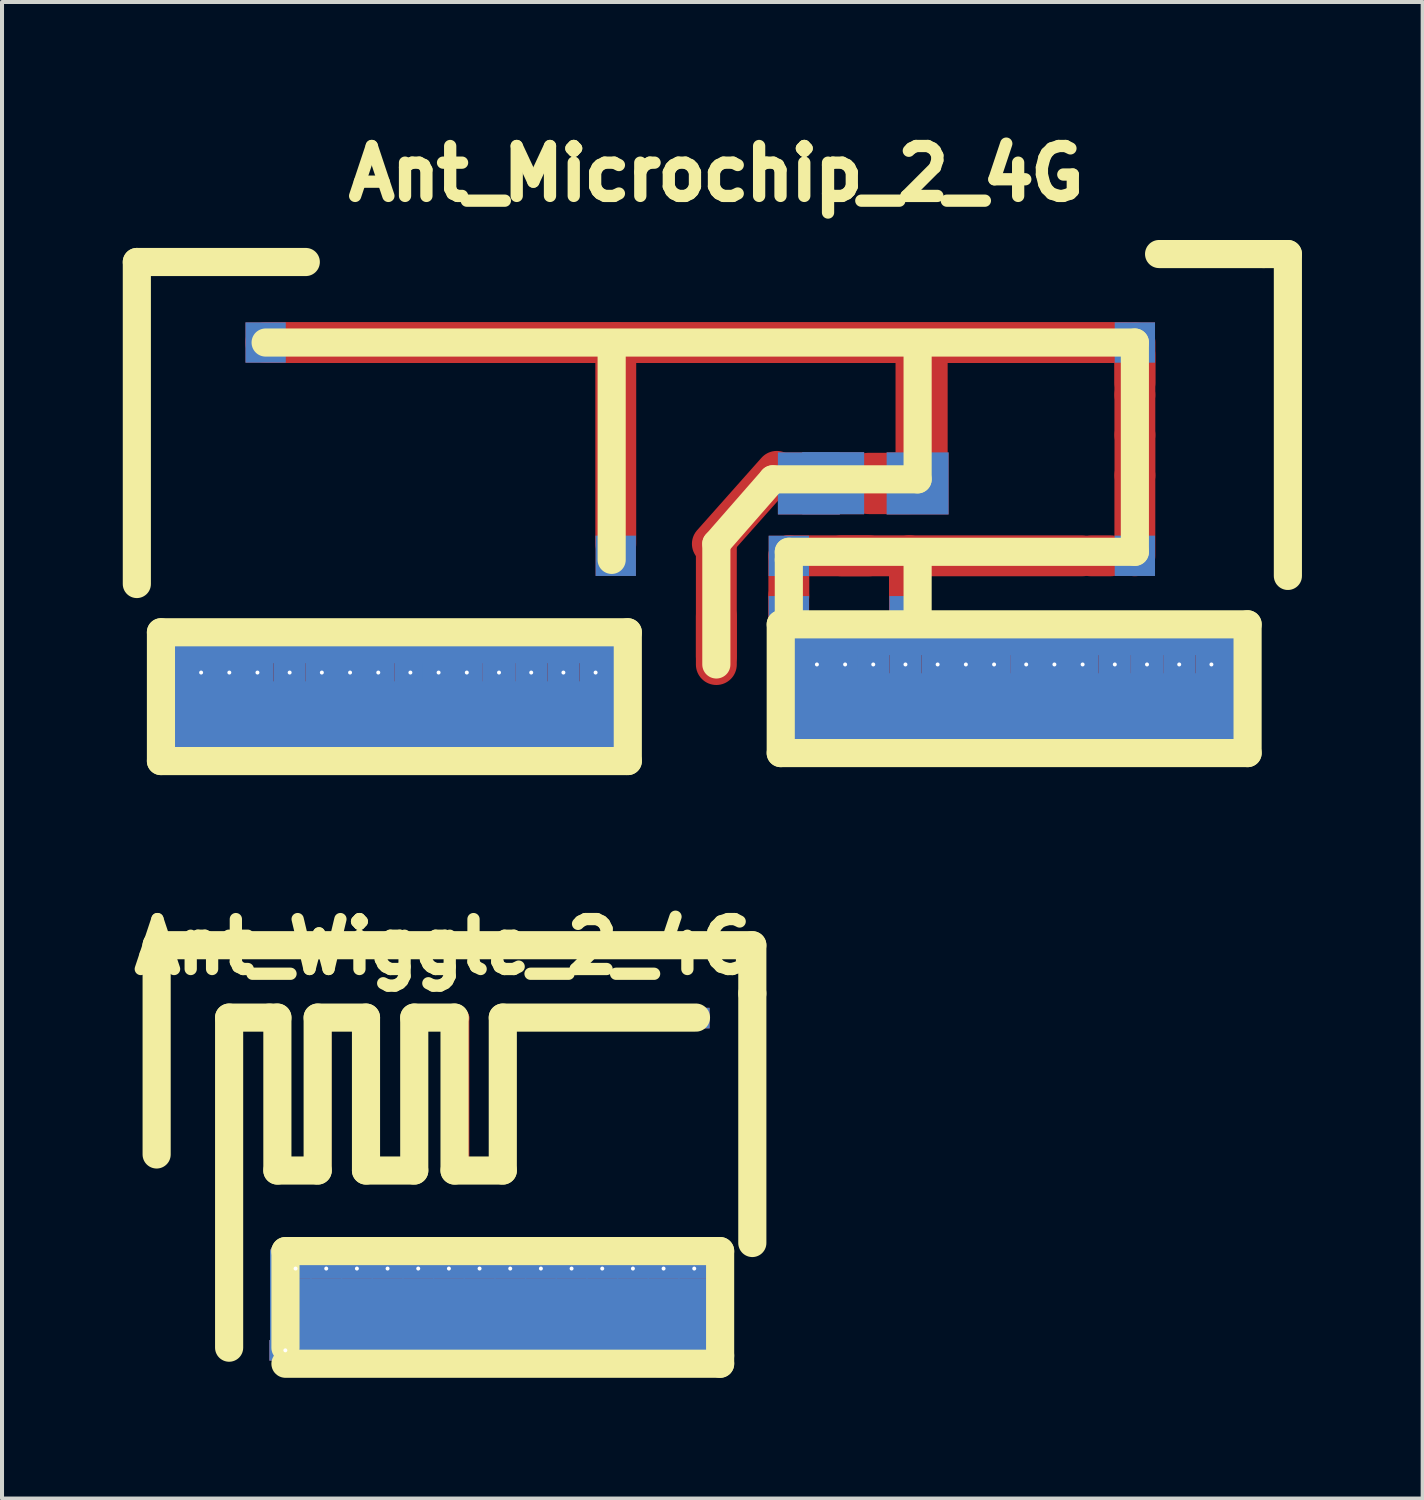
<source format=kicad_pcb>
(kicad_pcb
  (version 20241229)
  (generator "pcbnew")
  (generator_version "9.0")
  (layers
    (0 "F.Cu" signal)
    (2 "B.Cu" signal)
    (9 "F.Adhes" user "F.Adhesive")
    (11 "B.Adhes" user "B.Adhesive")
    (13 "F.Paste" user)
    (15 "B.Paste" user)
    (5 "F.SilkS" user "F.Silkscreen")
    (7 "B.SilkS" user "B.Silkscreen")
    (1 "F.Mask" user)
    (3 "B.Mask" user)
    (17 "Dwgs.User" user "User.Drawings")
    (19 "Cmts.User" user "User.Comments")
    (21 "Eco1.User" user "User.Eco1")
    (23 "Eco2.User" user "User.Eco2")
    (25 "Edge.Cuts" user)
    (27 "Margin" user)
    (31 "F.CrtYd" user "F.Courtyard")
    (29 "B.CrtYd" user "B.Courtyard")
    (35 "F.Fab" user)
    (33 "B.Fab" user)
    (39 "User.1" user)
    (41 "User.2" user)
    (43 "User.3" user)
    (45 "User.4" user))
  (footprint "Ant_Wiggle_2_4G"
    (layer "F.Cu")
    (at 2.643 27.835)
    (property "Reference" "Ant_Wiggle_2_4G" (at 5.334 -7.366 0) (layer "F.SilkS") (effects (font (size 1.24 1.24) (thickness 0.305))))
    (attr through_hole)
    (fp_line (start 0 -5.588) (end 0 -1.778) (stroke (width 0.508) (type solid)) (layer "F.Cu"))
    (fp_line (start 0 -5.588) (end 1.143 -5.588) (stroke (width 0.508) (type solid)) (layer "F.Cu"))
    (fp_line (start 0 -1.778) (end 0 0) (stroke (width 0.508) (type solid)) (layer "F.Cu"))
    (fp_line (start 0 0) (end 0 2.54) (stroke (width 0.508) (type solid)) (layer "F.Cu"))
    (fp_line (start 1.143 -5.588) (end 1.143 -1.778) (stroke (width 0.508) (type solid)) (layer "F.Cu"))
    (fp_line (start 1.143 -1.778) (end 2.286 -1.778) (stroke (width 0.508) (type solid)) (layer "F.Cu"))
    (fp_line (start 1.27 0.254) (end 1.27 2.54) (stroke (width 0.508) (type solid)) (layer "F.Cu"))
    (fp_line (start 1.27 0.254) (end 12.192 0.254) (stroke (width 0.508) (type solid)) (layer "F.Cu"))
    (fp_line (start 1.27 1.143) (end 12.192 1.143) (stroke (width 0.508) (type solid)) (layer "F.Cu"))
    (fp_line (start 1.27 1.524) (end 12.192 1.524) (stroke (width 0.508) (type solid)) (layer "F.Cu"))
    (fp_line (start 1.27 1.905) (end 12.192 1.905) (stroke (width 0.508) (type solid)) (layer "F.Cu"))
    (fp_line (start 1.27 2.286) (end 12.192 2.286) (stroke (width 0.508) (type solid)) (layer "F.Cu"))
    (fp_line (start 1.27 2.667) (end 12.192 2.667) (stroke (width 0.508) (type solid)) (layer "F.Cu"))
    (fp_line (start 2.286 -5.588) (end 3.429 -5.588) (stroke (width 0.508) (type solid)) (layer "F.Cu"))
    (fp_line (start 2.286 -1.778) (end 2.286 -5.588) (stroke (width 0.508) (type solid)) (layer "F.Cu"))
    (fp_line (start 3.429 -5.588) (end 3.429 -1.778) (stroke (width 0.508) (type solid)) (layer "F.Cu"))
    (fp_line (start 3.429 -1.778) (end 4.572 -1.778) (stroke (width 0.508) (type solid)) (layer "F.Cu"))
    (fp_line (start 4.572 -5.588) (end 5.715 -5.588) (stroke (width 0.508) (type solid)) (layer "F.Cu"))
    (fp_line (start 4.572 -1.778) (end 4.572 -5.588) (stroke (width 0.508) (type solid)) (layer "F.Cu"))
    (fp_line (start 5.715 -5.588) (end 5.715 -1.778) (stroke (width 0.508) (type solid)) (layer "F.Cu"))
    (fp_line (start 5.715 -1.778) (end 6.858 -1.778) (stroke (width 0.508) (type solid)) (layer "F.Cu"))
    (fp_line (start 6.858 -5.588) (end 11.684 -5.588) (stroke (width 0.508) (type solid)) (layer "F.Cu"))
    (fp_line (start 6.858 -1.778) (end 6.858 -5.588) (stroke (width 0.508) (type solid)) (layer "F.Cu"))
    (fp_line (start 12.192 0.254) (end 12.192 2.54) (stroke (width 0.508) (type solid)) (layer "F.Cu"))
    (fp_line (start 1.27 0.254) (end 12.192 0.254) (stroke (width 0.508) (type solid)) (layer "B.Cu"))
    (fp_line (start 1.27 1.143) (end 12.192 1.143) (stroke (width 0.508) (type solid)) (layer "B.Cu"))
    (fp_line (start 1.27 1.524) (end 12.192 1.524) (stroke (width 0.508) (type solid)) (layer "B.Cu"))
    (fp_line (start 1.27 1.905) (end 12.192 1.905) (stroke (width 0.508) (type solid)) (layer "B.Cu"))
    (fp_line (start 1.27 2.286) (end 12.192 2.286) (stroke (width 0.508) (type solid)) (layer "B.Cu"))
    (fp_line (start 1.27 2.667) (end 1.27 0.254) (stroke (width 0.508) (type solid)) (layer "B.Cu"))
    (fp_line (start 1.27 2.667) (end 12.192 2.667) (stroke (width 0.508) (type solid)) (layer "B.Cu"))
    (fp_line (start 12.192 2.667) (end 12.192 0.254) (stroke (width 0.508) (type solid)) (layer "B.Cu"))
    (fp_line (start -1.801 -7.399) (end -1.801 -2.2) (stroke (width 0.699) (type solid)) (layer "F.SilkS"))
    (fp_line (start 0 -5.601) (end 1.001 -5.601) (stroke (width 0.699) (type solid)) (layer "F.SilkS"))
    (fp_line (start 0 2.601) (end 0 -5.601) (stroke (width 0.699) (type solid)) (layer "F.SilkS"))
    (fp_line (start 1.001 -5.601) (end 1.199 -5.601) (stroke (width 0.699) (type solid)) (layer "F.SilkS"))
    (fp_line (start 1.199 -5.601) (end 1.199 -1.801) (stroke (width 0.699) (type solid)) (layer "F.SilkS"))
    (fp_line (start 1.199 -1.801) (end 2.2 -1.801) (stroke (width 0.699) (type solid)) (layer "F.SilkS"))
    (fp_line (start 1.4 0.201) (end 12.2 0.201) (stroke (width 0.699) (type solid)) (layer "F.SilkS"))
    (fp_line (start 1.4 2.601) (end 1.4 0.201) (stroke (width 0.699) (type solid)) (layer "F.SilkS"))
    (fp_line (start 2.2 -5.601) (end 3.401 -5.601) (stroke (width 0.699) (type solid)) (layer "F.SilkS"))
    (fp_line (start 2.2 -1.801) (end 2.2 -5.601) (stroke (width 0.699) (type solid)) (layer "F.SilkS"))
    (fp_line (start 3.401 -5.601) (end 3.401 -1.801) (stroke (width 0.699) (type solid)) (layer "F.SilkS"))
    (fp_line (start 3.401 -1.801) (end 4.6 -1.801) (stroke (width 0.699) (type solid)) (layer "F.SilkS"))
    (fp_line (start 4.6 -5.601) (end 5.601 -5.601) (stroke (width 0.699) (type solid)) (layer "F.SilkS"))
    (fp_line (start 4.6 -1.801) (end 4.6 -5.601) (stroke (width 0.699) (type solid)) (layer "F.SilkS"))
    (fp_line (start 5.601 -5.601) (end 5.601 -1.801) (stroke (width 0.699) (type solid)) (layer "F.SilkS"))
    (fp_line (start 5.601 -1.801) (end 6.8 -1.801) (stroke (width 0.699) (type solid)) (layer "F.SilkS"))
    (fp_line (start 6.8 -5.601) (end 11.6 -5.601) (stroke (width 0.699) (type solid)) (layer "F.SilkS"))
    (fp_line (start 6.8 -1.801) (end 6.8 -5.601) (stroke (width 0.699) (type solid)) (layer "F.SilkS"))
    (fp_line (start 12.2 0.201) (end 12.2 2.799) (stroke (width 0.699) (type solid)) (layer "F.SilkS"))
    (fp_line (start 12.2 2.799) (end 12.2 3) (stroke (width 0.699) (type solid)) (layer "F.SilkS"))
    (fp_line (start 12.2 3) (end 1.4 3) (stroke (width 0.699) (type solid)) (layer "F.SilkS"))
    (fp_line (start 13 -7.399) (end -1.801 -7.399) (stroke (width 0.699) (type solid)) (layer "F.SilkS"))
    (fp_line (start 13 -6.2) (end 13 -7.399) (stroke (width 0.699) (type solid)) (layer "F.SilkS"))
    (fp_line (start 13 0) (end 13 -6.2) (stroke (width 0.699) (type solid)) (layer "F.SilkS"))
    (pad "" thru_hole rect (at 1.397 2.667) (size 0.795 0.511) (drill 0.099) (layers "*.Cu"))
    (pad "" thru_hole rect (at 1.651 0.635) (size 0.795 0.511) (drill 0.099) (layers "*.Cu"))
    (pad "" thru_hole rect (at 2.413 0.635) (size 0.795 0.511) (drill 0.099) (layers "*.Cu"))
    (pad "" thru_hole rect (at 3.175 0.635) (size 0.795 0.511) (drill 0.099) (layers "*.Cu"))
    (pad "" thru_hole rect (at 3.937 0.635) (size 0.795 0.511) (drill 0.099) (layers "*.Cu"))
    (pad "" thru_hole rect (at 4.699 0.635) (size 0.795 0.511) (drill 0.099) (layers "*.Cu"))
    (pad "" thru_hole rect (at 5.461 0.635) (size 0.795 0.511) (drill 0.099) (layers "*.Cu"))
    (pad "" thru_hole rect (at 6.223 0.635) (size 0.795 0.511) (drill 0.099) (layers "*.Cu"))
    (pad "" thru_hole rect (at 6.985 0.635) (size 0.795 0.511) (drill 0.099) (layers "*.Cu"))
    (pad "" thru_hole rect (at 7.747 0.635) (size 0.795 0.511) (drill 0.099) (layers "*.Cu"))
    (pad "" thru_hole rect (at 8.509 0.635) (size 0.795 0.511) (drill 0.099) (layers "*.Cu"))
    (pad "" thru_hole rect (at 9.271 0.635) (size 0.795 0.511) (drill 0.099) (layers "*.Cu"))
    (pad "" thru_hole rect (at 10.033 0.635) (size 0.795 0.511) (drill 0.099) (layers "*.Cu"))
    (pad "" thru_hole rect (at 10.795 0.635) (size 0.795 0.511) (drill 0.099) (layers "*.Cu"))
    (pad "" thru_hole rect (at 11.557 0.635) (size 0.795 0.511) (drill 0.099) (layers "*.Cu"))
    (pad "" thru_hole rect (at 11.684 -5.588) (size 0.511 0.511) (drill 0.000001) (layers "F.Cu"))
    (pad "1" thru_hole rect (at 0 2.54) (size 0.511 0.511) (drill 0.000001) (layers "F.Cu")))
  (footprint "Ant_Microchip_2_4G"
    (layer "F.Cu")
    (at 14.749 12.261)
    (property "Reference" "Ant_Microchip_2_4G" (at 0 -11.001 0) (layer "F.SilkS") (effects (font (size 1.24 1.24) (thickness 0.305))))
    (attr through_hole)
    (fp_line (start -13.533 0.655) (end -2.611 0.655) (stroke (width 1.016) (type solid)) (layer "F.Cu"))
    (fp_line (start -13.531 3.17) (end -13.531 0.757) (stroke (width 1.016) (type solid)) (layer "F.Cu"))
    (fp_line (start -13.434 2.144) (end -2.512 2.144) (stroke (width 1.016) (type solid)) (layer "F.Cu"))
    (fp_line (start -13.434 3.145) (end -2.512 3.145) (stroke (width 1.016) (type solid)) (layer "F.Cu"))
    (fp_line (start -11.199 -6.8) (end 10.201 -6.8) (stroke (width 1.016) (type solid)) (layer "F.Cu"))
    (fp_line (start -2.499 -6.8) (end -2.499 -1.798) (stroke (width 1.016) (type solid)) (layer "F.Cu"))
    (fp_line (start -2.41 0.655) (end -2.41 2.941) (stroke (width 1.016) (type solid)) (layer "F.Cu"))
    (fp_line (start -0.099 -1.798) (end 1.501 -3.599) (stroke (width 1.016) (type solid)) (layer "F.Cu"))
    (fp_line (start 0 1.001) (end 0 0) (stroke (width 1.016) (type solid)) (layer "F.Cu"))
    (fp_line (start 0 1.201) (end 0 -1.798) (stroke (width 1.016) (type solid)) (layer "F.Cu"))
    (fp_line (start 1.768 0.455) (end 12.69 0.455) (stroke (width 1.016) (type solid)) (layer "F.Cu"))
    (fp_line (start 1.77 2.969) (end 1.77 0.556) (stroke (width 1.016) (type solid)) (layer "F.Cu"))
    (fp_line (start 1.798 -0.5) (end 1.798 0) (stroke (width 1.016) (type solid)) (layer "F.Cu"))
    (fp_line (start 1.801 -1.501) (end 3.8 -1.501) (stroke (width 1.016) (type solid)) (layer "F.Cu"))
    (fp_line (start 1.801 -0.503) (end 1.801 -1.504) (stroke (width 1.016) (type solid)) (layer "F.Cu"))
    (fp_line (start 1.867 1.943) (end 12.789 1.943) (stroke (width 1.016) (type solid)) (layer "F.Cu"))
    (fp_line (start 1.867 2.944) (end 12.789 2.944) (stroke (width 1.016) (type solid)) (layer "F.Cu"))
    (fp_line (start 3.099 -1.501) (end 9.098 -1.501) (stroke (width 1.016) (type solid)) (layer "F.Cu"))
    (fp_line (start 4.798 -1.504) (end 4.798 -0.503) (stroke (width 1.016) (type solid)) (layer "F.Cu"))
    (fp_line (start 4.801 -3.299) (end 3.8 -3.299) (stroke (width 1.524) (type solid)) (layer "F.Cu"))
    (fp_line (start 4.801 -0.5) (end 4.801 0) (stroke (width 1.016) (type solid)) (layer "F.Cu"))
    (fp_line (start 5.1 -4) (end 5.1 -6.5) (stroke (width 1.295) (type solid)) (layer "F.Cu"))
    (fp_line (start 9.299 -1.501) (end 9.799 -1.501) (stroke (width 1.016) (type solid)) (layer "F.Cu"))
    (fp_line (start 10.399 -5.499) (end 10.399 -6.5) (stroke (width 1.016) (type solid)) (layer "F.Cu"))
    (fp_line (start 10.399 -4.501) (end 10.399 -5.499) (stroke (width 1.016) (type solid)) (layer "F.Cu"))
    (fp_line (start 10.399 -1.501) (end 10.399 -3.5) (stroke (width 1.016) (type solid)) (layer "F.Cu"))
    (fp_line (start 10.401 -5.799) (end 10.401 -6.8) (stroke (width 1.016) (type solid)) (layer "F.Cu"))
    (fp_line (start 10.401 -3.5) (end 10.401 -4.501) (stroke (width 1.016) (type solid)) (layer "F.Cu"))
    (fp_line (start 12.89 0.455) (end 12.89 2.741) (stroke (width 1.016) (type solid)) (layer "F.Cu"))
    (fp_line (start -13.533 0.658) (end -2.611 0.658) (stroke (width 1.016) (type solid)) (layer "B.Cu"))
    (fp_line (start -13.533 0.757) (end -13.533 3.043) (stroke (width 1.016) (type solid)) (layer "B.Cu"))
    (fp_line (start -13.432 3.106) (end -2.51 3.106) (stroke (width 1.016) (type solid)) (layer "B.Cu"))
    (fp_line (start -13.335 2.126) (end -2.413 2.126) (stroke (width 1.016) (type solid)) (layer "B.Cu"))
    (fp_line (start -2.41 3.068) (end -2.41 0.655) (stroke (width 1.016) (type solid)) (layer "B.Cu"))
    (fp_line (start 1.768 0.457) (end 12.69 0.457) (stroke (width 1.016) (type solid)) (layer "B.Cu"))
    (fp_line (start 1.768 0.556) (end 1.768 2.842) (stroke (width 1.016) (type solid)) (layer "B.Cu"))
    (fp_line (start 1.869 2.906) (end 12.791 2.906) (stroke (width 1.016) (type solid)) (layer "B.Cu"))
    (fp_line (start 1.966 1.925) (end 12.888 1.925) (stroke (width 1.016) (type solid)) (layer "B.Cu"))
    (fp_line (start 12.89 2.868) (end 12.89 0.455) (stroke (width 1.016) (type solid)) (layer "B.Cu"))
    (fp_line (start -14.399 -8.801) (end -10.201 -8.801) (stroke (width 0.699) (type solid)) (layer "F.SilkS"))
    (fp_line (start -14.399 -0.8) (end -14.399 -8.801) (stroke (width 0.699) (type solid)) (layer "F.SilkS"))
    (fp_line (start -13.8 0.399) (end -13.8 3.599) (stroke (width 0.699) (type solid)) (layer "F.SilkS"))
    (fp_line (start -13.8 3.599) (end -2.2 3.599) (stroke (width 0.699) (type solid)) (layer "F.SilkS"))
    (fp_line (start -2.601 -1.4) (end -2.601 -6.599) (stroke (width 0.699) (type solid)) (layer "F.SilkS"))
    (fp_line (start -2.2 0.399) (end -13.8 0.399) (stroke (width 0.699) (type solid)) (layer "F.SilkS"))
    (fp_line (start -2.2 3.599) (end -2.2 0.399) (stroke (width 0.699) (type solid)) (layer "F.SilkS"))
    (fp_line (start 0 -1.801) (end 1.4 -3.401) (stroke (width 0.699) (type solid)) (layer "F.SilkS"))
    (fp_line (start 0 1.199) (end 0 -1.801) (stroke (width 0.699) (type solid)) (layer "F.SilkS"))
    (fp_line (start 1.4 -3.401) (end 5.001 -3.401) (stroke (width 0.699) (type solid)) (layer "F.SilkS"))
    (fp_line (start 1.6 0.201) (end 1.6 3.401) (stroke (width 0.699) (type solid)) (layer "F.SilkS"))
    (fp_line (start 1.6 3.401) (end 13.2 3.401) (stroke (width 0.699) (type solid)) (layer "F.SilkS"))
    (fp_line (start 1.801 -1.6) (end 10.399 -1.6) (stroke (width 0.699) (type solid)) (layer "F.SilkS"))
    (fp_line (start 1.801 -1.4) (end 1.801 -1.6) (stroke (width 0.699) (type solid)) (layer "F.SilkS"))
    (fp_line (start 1.801 0.201) (end 1.801 -1.4) (stroke (width 0.699) (type solid)) (layer "F.SilkS"))
    (fp_line (start 5.001 -3.401) (end 5.001 -6.599) (stroke (width 0.699) (type solid)) (layer "F.SilkS"))
    (fp_line (start 5.001 0) (end 5.001 -1.4) (stroke (width 0.699) (type solid)) (layer "F.SilkS"))
    (fp_line (start 10.399 -6.8) (end -11.199 -6.8) (stroke (width 0.699) (type solid)) (layer "F.SilkS"))
    (fp_line (start 10.399 -1.6) (end 10.399 -6.8) (stroke (width 0.699) (type solid)) (layer "F.SilkS"))
    (fp_line (start 11.001 -8.999) (end 13.599 -8.999) (stroke (width 0.699) (type solid)) (layer "F.SilkS"))
    (fp_line (start 13.2 0.201) (end 1.6 0.201) (stroke (width 0.699) (type solid)) (layer "F.SilkS"))
    (fp_line (start 13.2 3.401) (end 13.2 0.201) (stroke (width 0.699) (type solid)) (layer "F.SilkS"))
    (fp_line (start 13.599 -8.999) (end 14.201 -8.999) (stroke (width 0.699) (type solid)) (layer "F.SilkS"))
    (fp_line (start 14.201 -8.999) (end 14.201 -1.001) (stroke (width 0.699) (type solid)) (layer "F.SilkS"))
    (pad "" thru_hole rect (at -12.802 1.4) (size 0.795 0.511) (drill 0.099) (layers "*.Cu"))
    (pad "" thru_hole rect (at -12.101 1.4) (size 0.795 0.511) (drill 0.099) (layers "*.Cu"))
    (pad "" thru_hole rect (at -11.402 1.4) (size 0.795 0.511) (drill 0.099) (layers "*.Cu"))
    (pad "" thru_hole rect (at -11.199 -6.8) (size 1.001 1.001) (drill 0.000001) (layers "F.Cu"))
    (pad "" thru_hole rect (at -10.602 1.4) (size 0.795 0.511) (drill 0.099) (layers "*.Cu"))
    (pad "" thru_hole rect (at -9.802 1.4) (size 0.795 0.511) (drill 0.099) (layers "*.Cu"))
    (pad "" thru_hole rect (at -9.101 1.4) (size 0.795 0.511) (drill 0.099) (layers "*.Cu"))
    (pad "" thru_hole rect (at -8.4 1.4) (size 0.795 0.511) (drill 0.099) (layers "*.Cu"))
    (pad "" thru_hole rect (at -7.602 1.4) (size 0.795 0.511) (drill 0.099) (layers "*.Cu"))
    (pad "" thru_hole rect (at -6.901 1.4) (size 0.795 0.511) (drill 0.099) (layers "*.Cu"))
    (pad "" thru_hole rect (at -6.2 1.4) (size 0.795 0.511) (drill 0.099) (layers "*.Cu"))
    (pad "" thru_hole rect (at -5.4 1.4) (size 0.795 0.511) (drill 0.099) (layers "*.Cu"))
    (pad "" thru_hole rect (at -4.6 1.4) (size 0.795 0.511) (drill 0.099) (layers "*.Cu"))
    (pad "" thru_hole rect (at -3.8 1.4) (size 0.795 0.511) (drill 0.099) (layers "*.Cu"))
    (pad "" thru_hole rect (at -3 1.4) (size 0.795 0.511) (drill 0.099) (layers "*.Cu"))
    (pad "" thru_hole rect (at -2.499 -1.501) (size 1.001 1.001) (drill 0.000001) (layers "F.Cu"))
    (pad "" thru_hole rect (at -2.499 0.701) (size 1.001 1.001) (drill 0.000001) (layers "F.Cu"))
    (pad "" thru_hole rect (at 1.801 -1.499) (size 1.001 1.001) (drill 0.000001) (layers "F.Cu"))
    (pad "" thru_hole rect (at 1.801 0) (size 1.001 1.001) (drill 0.000001) (layers "F.Cu"))
    (pad "" thru_hole rect (at 2.299 -3.299) (size 1.539 1.542) (drill 0.000001) (layers "F.Cu"))
    (pad "" thru_hole rect (at 2.499 1.199) (size 0.795 0.511) (drill 0.099) (layers "*.Cu"))
    (pad "" thru_hole rect (at 2.903 -3.305) (size 1.539 1.542) (drill 0.000001) (layers "F.Cu"))
    (pad "" thru_hole rect (at 3.2 1.199) (size 0.795 0.511) (drill 0.099) (layers "*.Cu"))
    (pad "" thru_hole rect (at 3.899 1.199) (size 0.795 0.511) (drill 0.099) (layers "*.Cu"))
    (pad "" thru_hole rect (at 4.699 1.199) (size 0.795 0.511) (drill 0.099) (layers "*.Cu"))
    (pad "" thru_hole rect (at 4.801 0) (size 1.001 1.001) (drill 0.000001) (layers "F.Cu"))
    (pad "" thru_hole rect (at 5.001 -3.299) (size 1.539 1.542) (drill 0.000001) (layers "F.Cu"))
    (pad "" thru_hole rect (at 5.499 1.199) (size 0.795 0.511) (drill 0.099) (layers "*.Cu"))
    (pad "" thru_hole rect (at 6.2 1.199) (size 0.795 0.511) (drill 0.099) (layers "*.Cu"))
    (pad "" thru_hole rect (at 6.901 1.199) (size 0.795 0.511) (drill 0.099) (layers "*.Cu"))
    (pad "" thru_hole rect (at 7.699 1.199) (size 0.795 0.511) (drill 0.099) (layers "*.Cu"))
    (pad "" thru_hole rect (at 8.4 1.199) (size 0.795 0.511) (drill 0.099) (layers "*.Cu"))
    (pad "" thru_hole rect (at 9.101 1.199) (size 0.795 0.511) (drill 0.099) (layers "*.Cu"))
    (pad "" thru_hole rect (at 9.901 1.199) (size 0.795 0.511) (drill 0.099) (layers "*.Cu"))
    (pad "" thru_hole rect (at 10.399 -6.8) (size 1.001 1.001) (drill 0.000001) (layers "F.Cu"))
    (pad "" thru_hole rect (at 10.399 -1.501) (size 1.001 1.001) (drill 0.000001) (layers "F.Cu"))
    (pad "" thru_hole rect (at 10.701 1.199) (size 0.795 0.511) (drill 0.099) (layers "*.Cu"))
    (pad "" thru_hole rect (at 11.501 1.199) (size 0.795 0.511) (drill 0.099) (layers "*.Cu"))
    (pad "" thru_hole rect (at 12.301 1.199) (size 0.795 0.511) (drill 0.099) (layers "*.Cu"))
    (pad "1" thru_hole rect (at 0 1.001) (size 0.511 0.511) (drill 0.000001) (layers "F.Cu")))
  (gr_rect
    (start -3 -3)
    (end 32.299 34.184)
    (stroke (width 0.1) (type default))
    (fill no)
    (layer "Edge.Cuts")))
</source>
